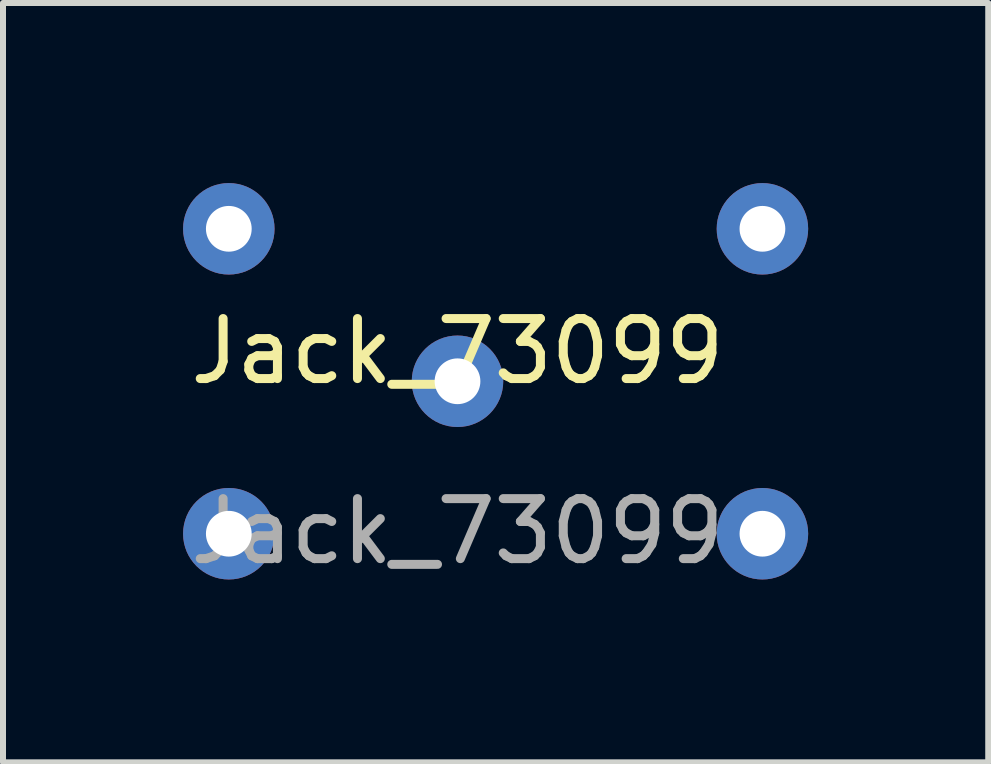
<source format=kicad_pcb>
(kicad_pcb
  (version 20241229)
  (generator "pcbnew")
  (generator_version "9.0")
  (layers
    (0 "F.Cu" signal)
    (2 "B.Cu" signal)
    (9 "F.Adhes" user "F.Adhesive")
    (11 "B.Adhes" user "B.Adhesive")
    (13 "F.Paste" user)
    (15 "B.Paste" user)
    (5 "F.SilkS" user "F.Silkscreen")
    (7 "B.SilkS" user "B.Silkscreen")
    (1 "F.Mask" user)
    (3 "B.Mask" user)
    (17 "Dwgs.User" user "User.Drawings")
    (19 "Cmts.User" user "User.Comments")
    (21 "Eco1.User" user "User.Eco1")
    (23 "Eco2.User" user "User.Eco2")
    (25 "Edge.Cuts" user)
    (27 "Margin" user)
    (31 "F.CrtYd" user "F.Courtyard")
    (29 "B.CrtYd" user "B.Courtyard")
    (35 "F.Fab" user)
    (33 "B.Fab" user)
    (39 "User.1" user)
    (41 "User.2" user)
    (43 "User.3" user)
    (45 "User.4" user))
  (footprint "Jack_73099"
    (layer "F.Cu")
    (at 4.572 3.302)
    (property "Reference" "Jack_73099" (at 0 -0.5 0) (unlocked yes) (layer "F.SilkS") (effects (font (size 1 1) (thickness 0.15))))
    (attr through_hole)
    (fp_text user "${REFERENCE}" (at 0 2.5 0) (unlocked yes) (layer "F.Fab") (effects (font (size 1 1) (thickness 0.15))))
    (pad "1" thru_hole circle (at 0 0) (size 1.524 1.524) (drill 0.762) (layers "*.Cu" "*.Mask"))
    (pad "2" thru_hole circle (at -3.81 -2.54) (size 1.524 1.524) (drill 0.762) (layers "*.Cu" "*.Mask"))
    (pad "3" thru_hole circle (at -3.81 2.54) (size 1.524 1.524) (drill 0.762) (layers "*.Cu" "*.Mask"))
    (pad "4" thru_hole circle (at 5.08 2.54) (size 1.524 1.524) (drill 0.762) (layers "*.Cu" "*.Mask"))
    (pad "5" thru_hole circle (at 5.08 -2.54) (size 1.524 1.524) (drill 0.762) (layers "*.Cu" "*.Mask")))
  (gr_rect
    (start -3 -3)
    (end 13.414 9.65)
    (stroke (width 0.1) (type default))
    (fill no)
    (layer "Edge.Cuts")))
</source>
